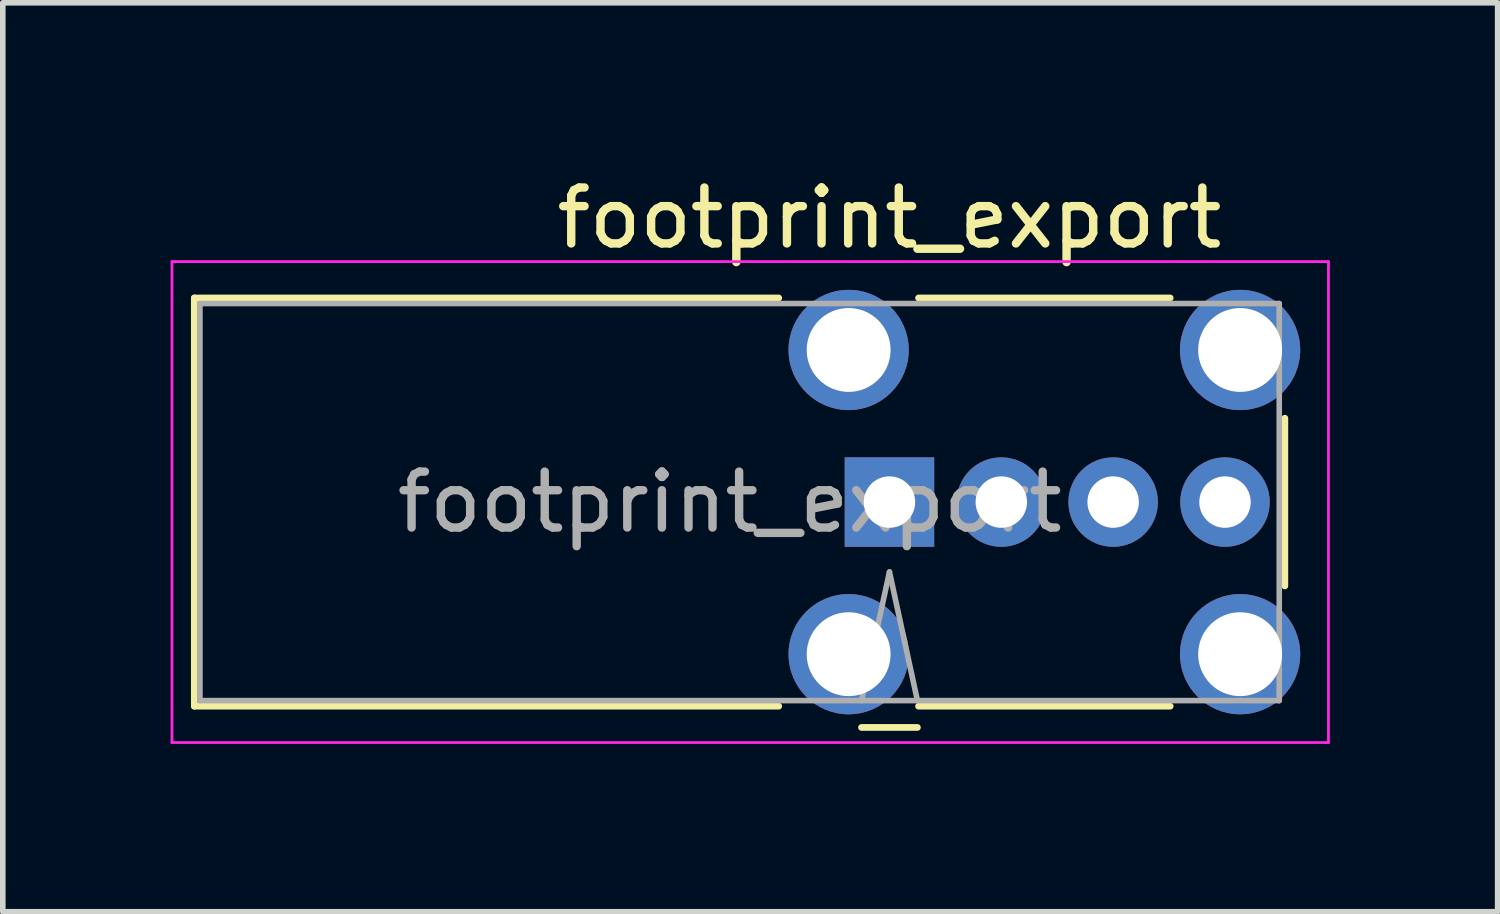
<source format=kicad_pcb>
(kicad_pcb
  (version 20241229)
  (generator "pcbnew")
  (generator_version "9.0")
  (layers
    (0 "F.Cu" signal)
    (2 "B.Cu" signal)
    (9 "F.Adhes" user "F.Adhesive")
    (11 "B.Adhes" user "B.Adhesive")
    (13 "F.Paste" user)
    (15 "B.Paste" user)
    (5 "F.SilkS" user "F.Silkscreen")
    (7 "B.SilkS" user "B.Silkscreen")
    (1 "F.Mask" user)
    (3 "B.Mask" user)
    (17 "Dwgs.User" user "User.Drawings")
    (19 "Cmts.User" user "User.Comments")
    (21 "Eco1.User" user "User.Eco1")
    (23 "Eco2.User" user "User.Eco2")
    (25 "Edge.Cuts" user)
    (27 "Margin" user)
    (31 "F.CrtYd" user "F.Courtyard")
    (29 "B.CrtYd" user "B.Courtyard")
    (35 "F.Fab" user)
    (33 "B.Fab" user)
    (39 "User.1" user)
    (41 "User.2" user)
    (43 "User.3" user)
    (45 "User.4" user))
  (footprint "footprint_export"
    (layer "F.Cu")
    (at 12.855 5.928)
    (property "Reference" "footprint_export" (at 0 -5.08 0) (layer "F.SilkS") (effects (font (size 1 1) (thickness 0.15))))
    (attr through_hole)
    (fp_line (start -12.43 -3.65) (end -12.43 3.65) (stroke (width 0.12) (type solid)) (layer "F.SilkS"))
    (fp_line (start -12.43 -3.65) (end -1.98 -3.65) (stroke (width 0.12) (type solid)) (layer "F.SilkS"))
    (fp_line (start -12.43 3.65) (end -1.98 3.65) (stroke (width 0.12) (type solid)) (layer "F.SilkS"))
    (fp_line (start -0.5 4.03) (end 0.5 4.03) (stroke (width 0.12) (type solid)) (layer "F.SilkS"))
    (fp_line (start 0.52 -3.65) (end 5.02 -3.65) (stroke (width 0.12) (type solid)) (layer "F.SilkS"))
    (fp_line (start 0.52 3.65) (end 5.02 3.65) (stroke (width 0.12) (type solid)) (layer "F.SilkS"))
    (fp_line (start 7.07 -1.5) (end 7.07 1.5) (stroke (width 0.12) (type solid)) (layer "F.SilkS"))
    (fp_line (start -12.83 -4.3) (end 7.85 -4.3) (stroke (width 0.05) (type solid)) (layer "F.CrtYd"))
    (fp_line (start -12.83 4.3) (end -12.83 -4.3) (stroke (width 0.05) (type solid)) (layer "F.CrtYd"))
    (fp_line (start 7.85 -4.3) (end 7.85 4.3) (stroke (width 0.05) (type solid)) (layer "F.CrtYd"))
    (fp_line (start 7.85 4.3) (end -12.83 4.3) (stroke (width 0.05) (type solid)) (layer "F.CrtYd"))
    (fp_line (start -12.33 -3.55) (end 6.97 -3.55) (stroke (width 0.1) (type solid)) (layer "F.Fab"))
    (fp_line (start -12.33 3.55) (end -12.33 -3.55) (stroke (width 0.1) (type solid)) (layer "F.Fab"))
    (fp_line (start -0.5 3.55) (end 0 1.25) (stroke (width 0.1) (type solid)) (layer "F.Fab"))
    (fp_line (start 0 1.25) (end 0.5 3.55) (stroke (width 0.1) (type solid)) (layer "F.Fab"))
    (fp_line (start 6.97 -3.55) (end 6.97 3.55) (stroke (width 0.1) (type solid)) (layer "F.Fab"))
    (fp_line (start 6.97 3.55) (end -12.33 3.55) (stroke (width 0.1) (type solid)) (layer "F.Fab"))
    (fp_text user "${REFERENCE}" (at -2.855 0 0) (layer "F.Fab") (effects (font (size 1 1) (thickness 0.15))))
    (pad "1" thru_hole rect (at 0 0) (size 1.6 1.6) (drill 0.92) (layers "*.Cu" "*.Mask"))
    (pad "2" thru_hole circle (at 2 0) (size 1.6 1.6) (drill 0.92) (layers "*.Cu" "*.Mask"))
    (pad "3" thru_hole circle (at 4 0) (size 1.6 1.6) (drill 0.92) (layers "*.Cu" "*.Mask"))
    (pad "4" thru_hole circle (at 6 0) (size 1.6 1.6) (drill 0.92) (layers "*.Cu" "*.Mask"))
    (pad "5" thru_hole circle (at -0.73 -2.72) (size 2.15 2.15) (drill 1.5) (layers "*.Cu" "*.Mask"))
    (pad "5" thru_hole circle (at -0.73 2.72) (size 2.15 2.15) (drill 1.5) (layers "*.Cu" "*.Mask"))
    (pad "5" thru_hole circle (at 6.27 -2.72) (size 2.15 2.15) (drill 1.5) (layers "*.Cu" "*.Mask"))
    (pad "5" thru_hole circle (at 6.27 2.72) (size 2.15 2.15) (drill 1.5) (layers "*.Cu" "*.Mask")))
  (gr_rect
    (start -3 -3)
    (end 23.73 13.253)
    (stroke (width 0.1) (type default))
    (fill no)
    (layer "Edge.Cuts")))
</source>
